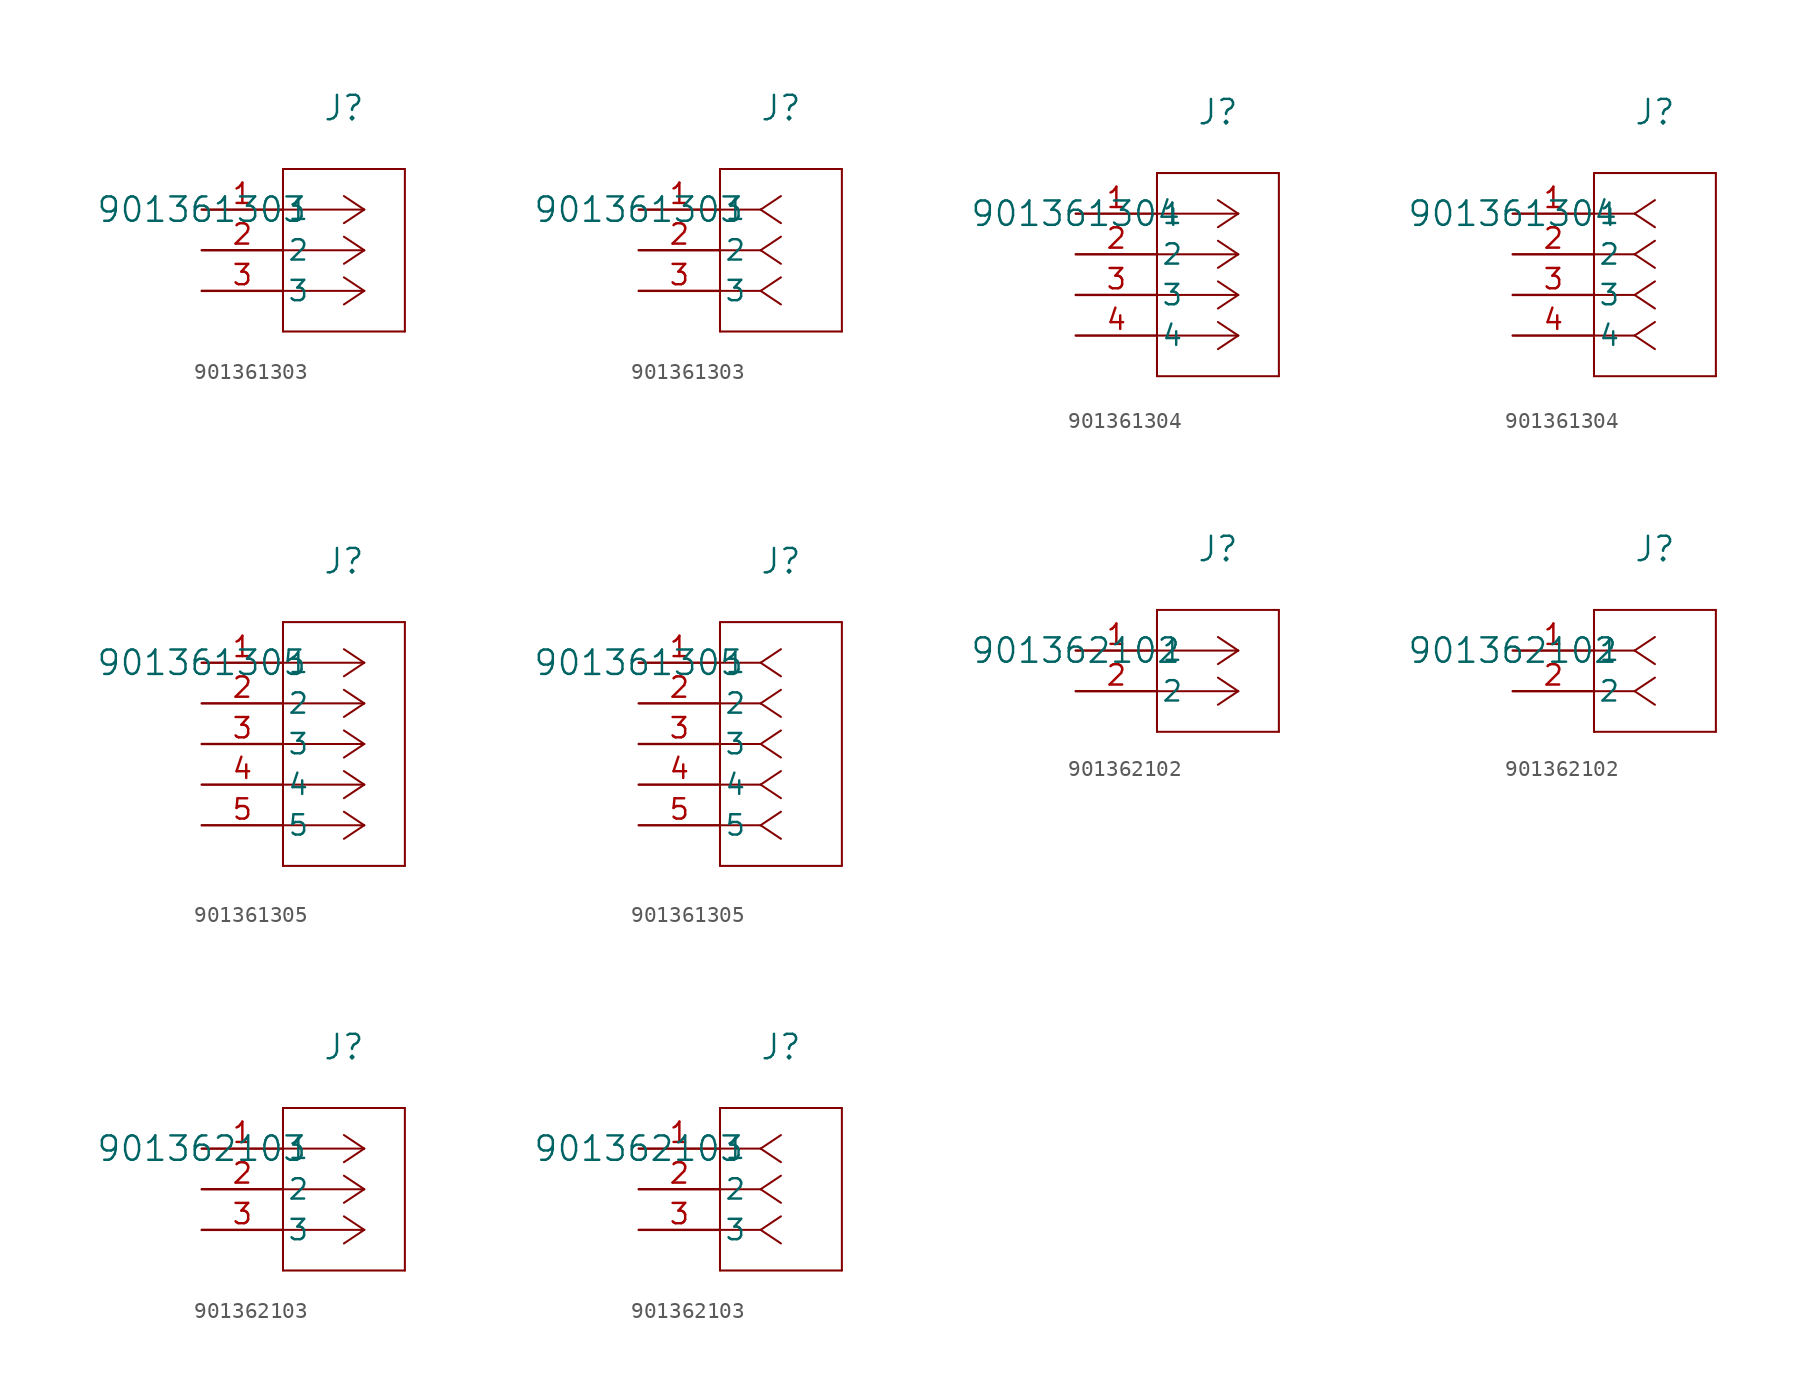
<source format=kicad_sym>
(kicad_symbol_lib
  (version 20231120)
  (generator "kicad_symbol_editor")
  (generator_version "8.0")
  (symbol "901361303"
    (pin_names
      (offset 0.254))
    (property "Reference" "J"
      (at 8.89 6.35 0)
      (effects (font (size 1.524 1.524))))
    (property "Value" "901361303"
      (at 0 0 0)
      (effects (font (size 1.524 1.524))))
    (property "ki_locked" ""
      (at 0 0 0)
      (effects (font (size 1.27 1.27))))
    (symbol "901361303_1_1"
      (polyline (pts (xy 5.08 -7.62) (xy 12.7 -7.62)) (stroke (width 0.127) (type default)) (fill (type none)))
      (polyline (pts (xy 5.08 2.54) (xy 5.08 -7.62)) (stroke (width 0.127) (type default)) (fill (type none)))
      (polyline (pts (xy 10.16 -5.08) (xy 5.08 -5.08)) (stroke (width 0.127) (type default)) (fill (type none)))
      (polyline (pts (xy 10.16 -5.08) (xy 8.89 -5.927)) (stroke (width 0.127) (type default)) (fill (type none)))
      (polyline (pts (xy 10.16 -5.08) (xy 8.89 -4.233)) (stroke (width 0.127) (type default)) (fill (type none)))
      (polyline (pts (xy 10.16 -2.54) (xy 5.08 -2.54)) (stroke (width 0.127) (type default)) (fill (type none)))
      (polyline (pts (xy 10.16 -2.54) (xy 8.89 -3.387)) (stroke (width 0.127) (type default)) (fill (type none)))
      (polyline (pts (xy 10.16 -2.54) (xy 8.89 -1.693)) (stroke (width 0.127) (type default)) (fill (type none)))
      (polyline (pts (xy 10.16 0) (xy 5.08 0)) (stroke (width 0.127) (type default)) (fill (type none)))
      (polyline (pts (xy 10.16 0) (xy 8.89 -0.847)) (stroke (width 0.127) (type default)) (fill (type none)))
      (polyline (pts (xy 10.16 0) (xy 8.89 0.847)) (stroke (width 0.127) (type default)) (fill (type none)))
      (polyline (pts (xy 12.7 -7.62) (xy 12.7 2.54)) (stroke (width 0.127) (type default)) (fill (type none)))
      (polyline (pts (xy 12.7 2.54) (xy 5.08 2.54)) (stroke (width 0.127) (type default)) (fill (type none)))
      (pin unspecified line (at 0 0 0) (length 5.08) (name "1" (effects (font (size 1.27 1.27)))) (number "1" (effects (font (size 1.27 1.27)))))
      (pin unspecified line (at 0 -2.54 0) (length 5.08) (name "2" (effects (font (size 1.27 1.27)))) (number "2" (effects (font (size 1.27 1.27)))))
      (pin unspecified line (at 0 -5.08 0) (length 5.08) (name "3" (effects (font (size 1.27 1.27)))) (number "3" (effects (font (size 1.27 1.27))))))
    (symbol "901361303_1_2"
      (polyline (pts (xy 5.08 -7.62) (xy 12.7 -7.62)) (stroke (width 0.127) (type default)) (fill (type none)))
      (polyline (pts (xy 5.08 2.54) (xy 5.08 -7.62)) (stroke (width 0.127) (type default)) (fill (type none)))
      (polyline (pts (xy 7.62 -5.08) (xy 5.08 -5.08)) (stroke (width 0.127) (type default)) (fill (type none)))
      (polyline (pts (xy 7.62 -5.08) (xy 8.89 -5.927)) (stroke (width 0.127) (type default)) (fill (type none)))
      (polyline (pts (xy 7.62 -5.08) (xy 8.89 -4.233)) (stroke (width 0.127) (type default)) (fill (type none)))
      (polyline (pts (xy 7.62 -2.54) (xy 5.08 -2.54)) (stroke (width 0.127) (type default)) (fill (type none)))
      (polyline (pts (xy 7.62 -2.54) (xy 8.89 -3.387)) (stroke (width 0.127) (type default)) (fill (type none)))
      (polyline (pts (xy 7.62 -2.54) (xy 8.89 -1.693)) (stroke (width 0.127) (type default)) (fill (type none)))
      (polyline (pts (xy 7.62 0) (xy 5.08 0)) (stroke (width 0.127) (type default)) (fill (type none)))
      (polyline (pts (xy 7.62 0) (xy 8.89 -0.847)) (stroke (width 0.127) (type default)) (fill (type none)))
      (polyline (pts (xy 7.62 0) (xy 8.89 0.847)) (stroke (width 0.127) (type default)) (fill (type none)))
      (polyline (pts (xy 12.7 -7.62) (xy 12.7 2.54)) (stroke (width 0.127) (type default)) (fill (type none)))
      (polyline (pts (xy 12.7 2.54) (xy 5.08 2.54)) (stroke (width 0.127) (type default)) (fill (type none)))
      (pin unspecified line (at 0 0 0) (length 5.08) (name "1" (effects (font (size 1.27 1.27)))) (number "1" (effects (font (size 1.27 1.27)))))
      (pin unspecified line (at 0 -2.54 0) (length 5.08) (name "2" (effects (font (size 1.27 1.27)))) (number "2" (effects (font (size 1.27 1.27)))))
      (pin unspecified line (at 0 -5.08 0) (length 5.08) (name "3" (effects (font (size 1.27 1.27)))) (number "3" (effects (font (size 1.27 1.27)))))))
  (symbol "901361304"
    (pin_names
      (offset 0.254))
    (property "Reference" "J"
      (at 8.89 6.35 0)
      (effects (font (size 1.524 1.524))))
    (property "Value" "901361304"
      (at 0 0 0)
      (effects (font (size 1.524 1.524))))
    (property "ki_locked" ""
      (at 0 0 0)
      (effects (font (size 1.27 1.27))))
    (symbol "901361304_1_1"
      (polyline (pts (xy 5.08 -10.16) (xy 12.7 -10.16)) (stroke (width 0.127) (type default)) (fill (type none)))
      (polyline (pts (xy 5.08 2.54) (xy 5.08 -10.16)) (stroke (width 0.127) (type default)) (fill (type none)))
      (polyline (pts (xy 10.16 -7.62) (xy 5.08 -7.62)) (stroke (width 0.127) (type default)) (fill (type none)))
      (polyline (pts (xy 10.16 -7.62) (xy 8.89 -8.467)) (stroke (width 0.127) (type default)) (fill (type none)))
      (polyline (pts (xy 10.16 -7.62) (xy 8.89 -6.773)) (stroke (width 0.127) (type default)) (fill (type none)))
      (polyline (pts (xy 10.16 -5.08) (xy 5.08 -5.08)) (stroke (width 0.127) (type default)) (fill (type none)))
      (polyline (pts (xy 10.16 -5.08) (xy 8.89 -5.927)) (stroke (width 0.127) (type default)) (fill (type none)))
      (polyline (pts (xy 10.16 -5.08) (xy 8.89 -4.233)) (stroke (width 0.127) (type default)) (fill (type none)))
      (polyline (pts (xy 10.16 -2.54) (xy 5.08 -2.54)) (stroke (width 0.127) (type default)) (fill (type none)))
      (polyline (pts (xy 10.16 -2.54) (xy 8.89 -3.387)) (stroke (width 0.127) (type default)) (fill (type none)))
      (polyline (pts (xy 10.16 -2.54) (xy 8.89 -1.693)) (stroke (width 0.127) (type default)) (fill (type none)))
      (polyline (pts (xy 10.16 0) (xy 5.08 0)) (stroke (width 0.127) (type default)) (fill (type none)))
      (polyline (pts (xy 10.16 0) (xy 8.89 -0.847)) (stroke (width 0.127) (type default)) (fill (type none)))
      (polyline (pts (xy 10.16 0) (xy 8.89 0.847)) (stroke (width 0.127) (type default)) (fill (type none)))
      (polyline (pts (xy 12.7 -10.16) (xy 12.7 2.54)) (stroke (width 0.127) (type default)) (fill (type none)))
      (polyline (pts (xy 12.7 2.54) (xy 5.08 2.54)) (stroke (width 0.127) (type default)) (fill (type none)))
      (pin unspecified line (at 0 0 0) (length 5.08) (name "1" (effects (font (size 1.27 1.27)))) (number "1" (effects (font (size 1.27 1.27)))))
      (pin unspecified line (at 0 -2.54 0) (length 5.08) (name "2" (effects (font (size 1.27 1.27)))) (number "2" (effects (font (size 1.27 1.27)))))
      (pin unspecified line (at 0 -5.08 0) (length 5.08) (name "3" (effects (font (size 1.27 1.27)))) (number "3" (effects (font (size 1.27 1.27)))))
      (pin unspecified line (at 0 -7.62 0) (length 5.08) (name "4" (effects (font (size 1.27 1.27)))) (number "4" (effects (font (size 1.27 1.27))))))
    (symbol "901361304_1_2"
      (polyline (pts (xy 5.08 -10.16) (xy 12.7 -10.16)) (stroke (width 0.127) (type default)) (fill (type none)))
      (polyline (pts (xy 5.08 2.54) (xy 5.08 -10.16)) (stroke (width 0.127) (type default)) (fill (type none)))
      (polyline (pts (xy 7.62 -7.62) (xy 5.08 -7.62)) (stroke (width 0.127) (type default)) (fill (type none)))
      (polyline (pts (xy 7.62 -7.62) (xy 8.89 -8.467)) (stroke (width 0.127) (type default)) (fill (type none)))
      (polyline (pts (xy 7.62 -7.62) (xy 8.89 -6.773)) (stroke (width 0.127) (type default)) (fill (type none)))
      (polyline (pts (xy 7.62 -5.08) (xy 5.08 -5.08)) (stroke (width 0.127) (type default)) (fill (type none)))
      (polyline (pts (xy 7.62 -5.08) (xy 8.89 -5.927)) (stroke (width 0.127) (type default)) (fill (type none)))
      (polyline (pts (xy 7.62 -5.08) (xy 8.89 -4.233)) (stroke (width 0.127) (type default)) (fill (type none)))
      (polyline (pts (xy 7.62 -2.54) (xy 5.08 -2.54)) (stroke (width 0.127) (type default)) (fill (type none)))
      (polyline (pts (xy 7.62 -2.54) (xy 8.89 -3.387)) (stroke (width 0.127) (type default)) (fill (type none)))
      (polyline (pts (xy 7.62 -2.54) (xy 8.89 -1.693)) (stroke (width 0.127) (type default)) (fill (type none)))
      (polyline (pts (xy 7.62 0) (xy 5.08 0)) (stroke (width 0.127) (type default)) (fill (type none)))
      (polyline (pts (xy 7.62 0) (xy 8.89 -0.847)) (stroke (width 0.127) (type default)) (fill (type none)))
      (polyline (pts (xy 7.62 0) (xy 8.89 0.847)) (stroke (width 0.127) (type default)) (fill (type none)))
      (polyline (pts (xy 12.7 -10.16) (xy 12.7 2.54)) (stroke (width 0.127) (type default)) (fill (type none)))
      (polyline (pts (xy 12.7 2.54) (xy 5.08 2.54)) (stroke (width 0.127) (type default)) (fill (type none)))
      (pin unspecified line (at 0 0 0) (length 5.08) (name "1" (effects (font (size 1.27 1.27)))) (number "1" (effects (font (size 1.27 1.27)))))
      (pin unspecified line (at 0 -2.54 0) (length 5.08) (name "2" (effects (font (size 1.27 1.27)))) (number "2" (effects (font (size 1.27 1.27)))))
      (pin unspecified line (at 0 -5.08 0) (length 5.08) (name "3" (effects (font (size 1.27 1.27)))) (number "3" (effects (font (size 1.27 1.27)))))
      (pin unspecified line (at 0 -7.62 0) (length 5.08) (name "4" (effects (font (size 1.27 1.27)))) (number "4" (effects (font (size 1.27 1.27)))))))
  (symbol "901361305"
    (pin_names
      (offset 0.254))
    (property "Reference" "J"
      (at 8.89 6.35 0)
      (effects (font (size 1.524 1.524))))
    (property "Value" "901361305"
      (at 0 0 0)
      (effects (font (size 1.524 1.524))))
    (property "ki_locked" ""
      (at 0 0 0)
      (effects (font (size 1.27 1.27))))
    (symbol "901361305_1_1"
      (polyline (pts (xy 5.08 -12.7) (xy 12.7 -12.7)) (stroke (width 0.127) (type default)) (fill (type none)))
      (polyline (pts (xy 5.08 2.54) (xy 5.08 -12.7)) (stroke (width 0.127) (type default)) (fill (type none)))
      (polyline (pts (xy 10.16 -10.16) (xy 5.08 -10.16)) (stroke (width 0.127) (type default)) (fill (type none)))
      (polyline (pts (xy 10.16 -10.16) (xy 8.89 -11.007)) (stroke (width 0.127) (type default)) (fill (type none)))
      (polyline (pts (xy 10.16 -10.16) (xy 8.89 -9.313)) (stroke (width 0.127) (type default)) (fill (type none)))
      (polyline (pts (xy 10.16 -7.62) (xy 5.08 -7.62)) (stroke (width 0.127) (type default)) (fill (type none)))
      (polyline (pts (xy 10.16 -7.62) (xy 8.89 -8.467)) (stroke (width 0.127) (type default)) (fill (type none)))
      (polyline (pts (xy 10.16 -7.62) (xy 8.89 -6.773)) (stroke (width 0.127) (type default)) (fill (type none)))
      (polyline (pts (xy 10.16 -5.08) (xy 5.08 -5.08)) (stroke (width 0.127) (type default)) (fill (type none)))
      (polyline (pts (xy 10.16 -5.08) (xy 8.89 -5.927)) (stroke (width 0.127) (type default)) (fill (type none)))
      (polyline (pts (xy 10.16 -5.08) (xy 8.89 -4.233)) (stroke (width 0.127) (type default)) (fill (type none)))
      (polyline (pts (xy 10.16 -2.54) (xy 5.08 -2.54)) (stroke (width 0.127) (type default)) (fill (type none)))
      (polyline (pts (xy 10.16 -2.54) (xy 8.89 -3.387)) (stroke (width 0.127) (type default)) (fill (type none)))
      (polyline (pts (xy 10.16 -2.54) (xy 8.89 -1.693)) (stroke (width 0.127) (type default)) (fill (type none)))
      (polyline (pts (xy 10.16 0) (xy 5.08 0)) (stroke (width 0.127) (type default)) (fill (type none)))
      (polyline (pts (xy 10.16 0) (xy 8.89 -0.847)) (stroke (width 0.127) (type default)) (fill (type none)))
      (polyline (pts (xy 10.16 0) (xy 8.89 0.847)) (stroke (width 0.127) (type default)) (fill (type none)))
      (polyline (pts (xy 12.7 -12.7) (xy 12.7 2.54)) (stroke (width 0.127) (type default)) (fill (type none)))
      (polyline (pts (xy 12.7 2.54) (xy 5.08 2.54)) (stroke (width 0.127) (type default)) (fill (type none)))
      (pin unspecified line (at 0 0 0) (length 5.08) (name "1" (effects (font (size 1.27 1.27)))) (number "1" (effects (font (size 1.27 1.27)))))
      (pin unspecified line (at 0 -2.54 0) (length 5.08) (name "2" (effects (font (size 1.27 1.27)))) (number "2" (effects (font (size 1.27 1.27)))))
      (pin unspecified line (at 0 -5.08 0) (length 5.08) (name "3" (effects (font (size 1.27 1.27)))) (number "3" (effects (font (size 1.27 1.27)))))
      (pin unspecified line (at 0 -7.62 0) (length 5.08) (name "4" (effects (font (size 1.27 1.27)))) (number "4" (effects (font (size 1.27 1.27)))))
      (pin unspecified line (at 0 -10.16 0) (length 5.08) (name "5" (effects (font (size 1.27 1.27)))) (number "5" (effects (font (size 1.27 1.27))))))
    (symbol "901361305_1_2"
      (polyline (pts (xy 5.08 -12.7) (xy 12.7 -12.7)) (stroke (width 0.127) (type default)) (fill (type none)))
      (polyline (pts (xy 5.08 2.54) (xy 5.08 -12.7)) (stroke (width 0.127) (type default)) (fill (type none)))
      (polyline (pts (xy 7.62 -10.16) (xy 5.08 -10.16)) (stroke (width 0.127) (type default)) (fill (type none)))
      (polyline (pts (xy 7.62 -10.16) (xy 8.89 -11.007)) (stroke (width 0.127) (type default)) (fill (type none)))
      (polyline (pts (xy 7.62 -10.16) (xy 8.89 -9.313)) (stroke (width 0.127) (type default)) (fill (type none)))
      (polyline (pts (xy 7.62 -7.62) (xy 5.08 -7.62)) (stroke (width 0.127) (type default)) (fill (type none)))
      (polyline (pts (xy 7.62 -7.62) (xy 8.89 -8.467)) (stroke (width 0.127) (type default)) (fill (type none)))
      (polyline (pts (xy 7.62 -7.62) (xy 8.89 -6.773)) (stroke (width 0.127) (type default)) (fill (type none)))
      (polyline (pts (xy 7.62 -5.08) (xy 5.08 -5.08)) (stroke (width 0.127) (type default)) (fill (type none)))
      (polyline (pts (xy 7.62 -5.08) (xy 8.89 -5.927)) (stroke (width 0.127) (type default)) (fill (type none)))
      (polyline (pts (xy 7.62 -5.08) (xy 8.89 -4.233)) (stroke (width 0.127) (type default)) (fill (type none)))
      (polyline (pts (xy 7.62 -2.54) (xy 5.08 -2.54)) (stroke (width 0.127) (type default)) (fill (type none)))
      (polyline (pts (xy 7.62 -2.54) (xy 8.89 -3.387)) (stroke (width 0.127) (type default)) (fill (type none)))
      (polyline (pts (xy 7.62 -2.54) (xy 8.89 -1.693)) (stroke (width 0.127) (type default)) (fill (type none)))
      (polyline (pts (xy 7.62 0) (xy 5.08 0)) (stroke (width 0.127) (type default)) (fill (type none)))
      (polyline (pts (xy 7.62 0) (xy 8.89 -0.847)) (stroke (width 0.127) (type default)) (fill (type none)))
      (polyline (pts (xy 7.62 0) (xy 8.89 0.847)) (stroke (width 0.127) (type default)) (fill (type none)))
      (polyline (pts (xy 12.7 -12.7) (xy 12.7 2.54)) (stroke (width 0.127) (type default)) (fill (type none)))
      (polyline (pts (xy 12.7 2.54) (xy 5.08 2.54)) (stroke (width 0.127) (type default)) (fill (type none)))
      (pin unspecified line (at 0 0 0) (length 5.08) (name "1" (effects (font (size 1.27 1.27)))) (number "1" (effects (font (size 1.27 1.27)))))
      (pin unspecified line (at 0 -2.54 0) (length 5.08) (name "2" (effects (font (size 1.27 1.27)))) (number "2" (effects (font (size 1.27 1.27)))))
      (pin unspecified line (at 0 -5.08 0) (length 5.08) (name "3" (effects (font (size 1.27 1.27)))) (number "3" (effects (font (size 1.27 1.27)))))
      (pin unspecified line (at 0 -7.62 0) (length 5.08) (name "4" (effects (font (size 1.27 1.27)))) (number "4" (effects (font (size 1.27 1.27)))))
      (pin unspecified line (at 0 -10.16 0) (length 5.08) (name "5" (effects (font (size 1.27 1.27)))) (number "5" (effects (font (size 1.27 1.27)))))))
  (symbol "901362102"
    (pin_names
      (offset 0.254))
    (property "Reference" "J"
      (at 8.89 6.35 0)
      (effects (font (size 1.524 1.524))))
    (property "Value" "901362102"
      (at 0 0 0)
      (effects (font (size 1.524 1.524))))
    (property "ki_locked" ""
      (at 0 0 0)
      (effects (font (size 1.27 1.27))))
    (symbol "901362102_1_1"
      (polyline (pts (xy 5.08 -5.08) (xy 12.7 -5.08)) (stroke (width 0.127) (type default)) (fill (type none)))
      (polyline (pts (xy 5.08 2.54) (xy 5.08 -5.08)) (stroke (width 0.127) (type default)) (fill (type none)))
      (polyline (pts (xy 10.16 -2.54) (xy 5.08 -2.54)) (stroke (width 0.127) (type default)) (fill (type none)))
      (polyline (pts (xy 10.16 -2.54) (xy 8.89 -3.387)) (stroke (width 0.127) (type default)) (fill (type none)))
      (polyline (pts (xy 10.16 -2.54) (xy 8.89 -1.693)) (stroke (width 0.127) (type default)) (fill (type none)))
      (polyline (pts (xy 10.16 0) (xy 5.08 0)) (stroke (width 0.127) (type default)) (fill (type none)))
      (polyline (pts (xy 10.16 0) (xy 8.89 -0.847)) (stroke (width 0.127) (type default)) (fill (type none)))
      (polyline (pts (xy 10.16 0) (xy 8.89 0.847)) (stroke (width 0.127) (type default)) (fill (type none)))
      (polyline (pts (xy 12.7 -5.08) (xy 12.7 2.54)) (stroke (width 0.127) (type default)) (fill (type none)))
      (polyline (pts (xy 12.7 2.54) (xy 5.08 2.54)) (stroke (width 0.127) (type default)) (fill (type none)))
      (pin unspecified line (at 0 0 0) (length 5.08) (name "1" (effects (font (size 1.27 1.27)))) (number "1" (effects (font (size 1.27 1.27)))))
      (pin unspecified line (at 0 -2.54 0) (length 5.08) (name "2" (effects (font (size 1.27 1.27)))) (number "2" (effects (font (size 1.27 1.27))))))
    (symbol "901362102_1_2"
      (polyline (pts (xy 5.08 -5.08) (xy 12.7 -5.08)) (stroke (width 0.127) (type default)) (fill (type none)))
      (polyline (pts (xy 5.08 2.54) (xy 5.08 -5.08)) (stroke (width 0.127) (type default)) (fill (type none)))
      (polyline (pts (xy 7.62 -2.54) (xy 5.08 -2.54)) (stroke (width 0.127) (type default)) (fill (type none)))
      (polyline (pts (xy 7.62 -2.54) (xy 8.89 -3.387)) (stroke (width 0.127) (type default)) (fill (type none)))
      (polyline (pts (xy 7.62 -2.54) (xy 8.89 -1.693)) (stroke (width 0.127) (type default)) (fill (type none)))
      (polyline (pts (xy 7.62 0) (xy 5.08 0)) (stroke (width 0.127) (type default)) (fill (type none)))
      (polyline (pts (xy 7.62 0) (xy 8.89 -0.847)) (stroke (width 0.127) (type default)) (fill (type none)))
      (polyline (pts (xy 7.62 0) (xy 8.89 0.847)) (stroke (width 0.127) (type default)) (fill (type none)))
      (polyline (pts (xy 12.7 -5.08) (xy 12.7 2.54)) (stroke (width 0.127) (type default)) (fill (type none)))
      (polyline (pts (xy 12.7 2.54) (xy 5.08 2.54)) (stroke (width 0.127) (type default)) (fill (type none)))
      (pin unspecified line (at 0 0 0) (length 5.08) (name "1" (effects (font (size 1.27 1.27)))) (number "1" (effects (font (size 1.27 1.27)))))
      (pin unspecified line (at 0 -2.54 0) (length 5.08) (name "2" (effects (font (size 1.27 1.27)))) (number "2" (effects (font (size 1.27 1.27)))))))
  (symbol "901362103"
    (pin_names
      (offset 0.254))
    (property "Reference" "J"
      (at 8.89 6.35 0)
      (effects (font (size 1.524 1.524))))
    (property "Value" "901362103"
      (at 0 0 0)
      (effects (font (size 1.524 1.524))))
    (property "ki_locked" ""
      (at 0 0 0)
      (effects (font (size 1.27 1.27))))
    (symbol "901362103_1_1"
      (polyline (pts (xy 5.08 -7.62) (xy 12.7 -7.62)) (stroke (width 0.127) (type default)) (fill (type none)))
      (polyline (pts (xy 5.08 2.54) (xy 5.08 -7.62)) (stroke (width 0.127) (type default)) (fill (type none)))
      (polyline (pts (xy 10.16 -5.08) (xy 5.08 -5.08)) (stroke (width 0.127) (type default)) (fill (type none)))
      (polyline (pts (xy 10.16 -5.08) (xy 8.89 -5.927)) (stroke (width 0.127) (type default)) (fill (type none)))
      (polyline (pts (xy 10.16 -5.08) (xy 8.89 -4.233)) (stroke (width 0.127) (type default)) (fill (type none)))
      (polyline (pts (xy 10.16 -2.54) (xy 5.08 -2.54)) (stroke (width 0.127) (type default)) (fill (type none)))
      (polyline (pts (xy 10.16 -2.54) (xy 8.89 -3.387)) (stroke (width 0.127) (type default)) (fill (type none)))
      (polyline (pts (xy 10.16 -2.54) (xy 8.89 -1.693)) (stroke (width 0.127) (type default)) (fill (type none)))
      (polyline (pts (xy 10.16 0) (xy 5.08 0)) (stroke (width 0.127) (type default)) (fill (type none)))
      (polyline (pts (xy 10.16 0) (xy 8.89 -0.847)) (stroke (width 0.127) (type default)) (fill (type none)))
      (polyline (pts (xy 10.16 0) (xy 8.89 0.847)) (stroke (width 0.127) (type default)) (fill (type none)))
      (polyline (pts (xy 12.7 -7.62) (xy 12.7 2.54)) (stroke (width 0.127) (type default)) (fill (type none)))
      (polyline (pts (xy 12.7 2.54) (xy 5.08 2.54)) (stroke (width 0.127) (type default)) (fill (type none)))
      (pin unspecified line (at 0 0 0) (length 5.08) (name "1" (effects (font (size 1.27 1.27)))) (number "1" (effects (font (size 1.27 1.27)))))
      (pin unspecified line (at 0 -2.54 0) (length 5.08) (name "2" (effects (font (size 1.27 1.27)))) (number "2" (effects (font (size 1.27 1.27)))))
      (pin unspecified line (at 0 -5.08 0) (length 5.08) (name "3" (effects (font (size 1.27 1.27)))) (number "3" (effects (font (size 1.27 1.27))))))
    (symbol "901362103_1_2"
      (polyline (pts (xy 5.08 -7.62) (xy 12.7 -7.62)) (stroke (width 0.127) (type default)) (fill (type none)))
      (polyline (pts (xy 5.08 2.54) (xy 5.08 -7.62)) (stroke (width 0.127) (type default)) (fill (type none)))
      (polyline (pts (xy 7.62 -5.08) (xy 5.08 -5.08)) (stroke (width 0.127) (type default)) (fill (type none)))
      (polyline (pts (xy 7.62 -5.08) (xy 8.89 -5.927)) (stroke (width 0.127) (type default)) (fill (type none)))
      (polyline (pts (xy 7.62 -5.08) (xy 8.89 -4.233)) (stroke (width 0.127) (type default)) (fill (type none)))
      (polyline (pts (xy 7.62 -2.54) (xy 5.08 -2.54)) (stroke (width 0.127) (type default)) (fill (type none)))
      (polyline (pts (xy 7.62 -2.54) (xy 8.89 -3.387)) (stroke (width 0.127) (type default)) (fill (type none)))
      (polyline (pts (xy 7.62 -2.54) (xy 8.89 -1.693)) (stroke (width 0.127) (type default)) (fill (type none)))
      (polyline (pts (xy 7.62 0) (xy 5.08 0)) (stroke (width 0.127) (type default)) (fill (type none)))
      (polyline (pts (xy 7.62 0) (xy 8.89 -0.847)) (stroke (width 0.127) (type default)) (fill (type none)))
      (polyline (pts (xy 7.62 0) (xy 8.89 0.847)) (stroke (width 0.127) (type default)) (fill (type none)))
      (polyline (pts (xy 12.7 -7.62) (xy 12.7 2.54)) (stroke (width 0.127) (type default)) (fill (type none)))
      (polyline (pts (xy 12.7 2.54) (xy 5.08 2.54)) (stroke (width 0.127) (type default)) (fill (type none)))
      (pin unspecified line (at 0 0 0) (length 5.08) (name "1" (effects (font (size 1.27 1.27)))) (number "1" (effects (font (size 1.27 1.27)))))
      (pin unspecified line (at 0 -2.54 0) (length 5.08) (name "2" (effects (font (size 1.27 1.27)))) (number "2" (effects (font (size 1.27 1.27)))))
      (pin unspecified line (at 0 -5.08 0) (length 5.08) (name "3" (effects (font (size 1.27 1.27)))) (number "3" (effects (font (size 1.27 1.27))))))))
</source>
